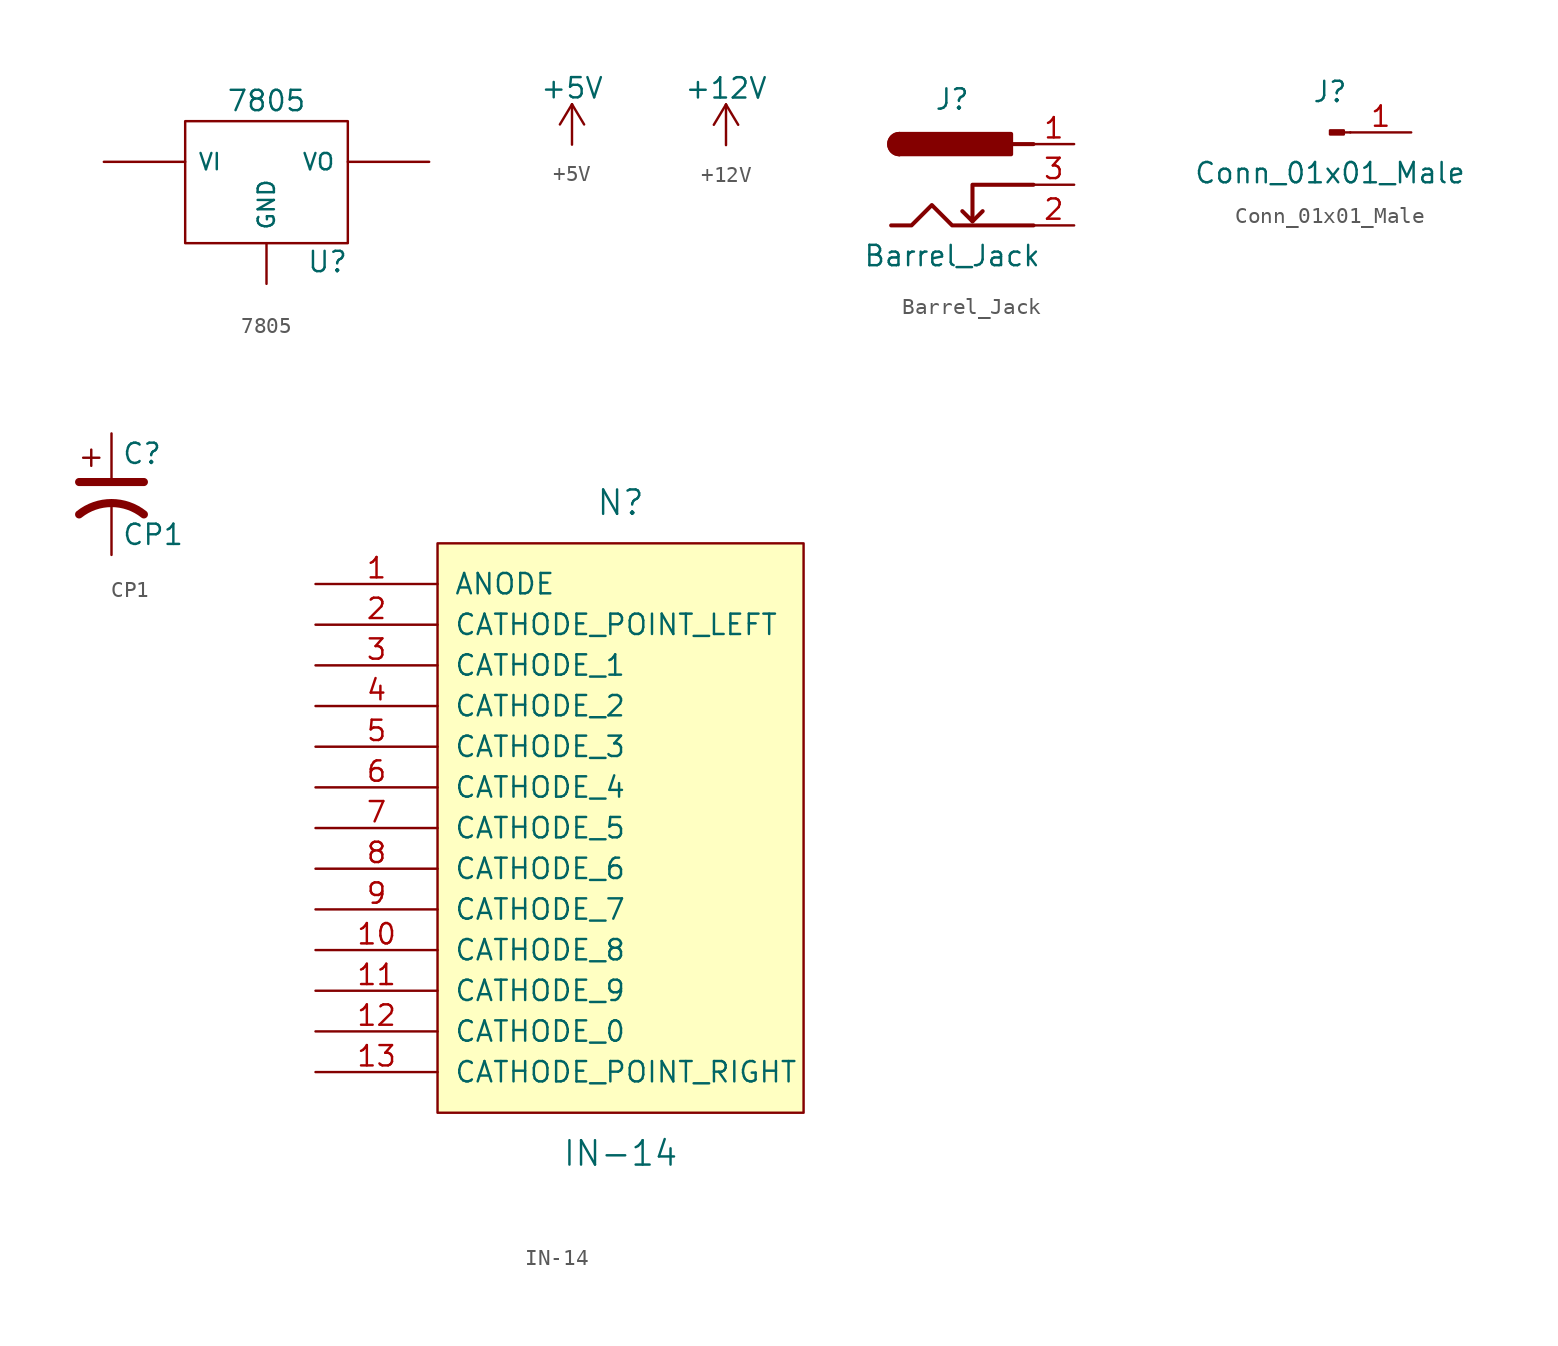
<source format=kicad_sym>
(kicad_symbol_lib
  (version 20220914)
  (generator kicad_symbol_editor)
  (symbol "7805"
    (pin_numbers hide)
    (pin_names
      (offset 0.762))
    (property "Reference" "U"
      (at 3.81 -4.978 0)
      (effects (font (size 1.27 1.27))))
    (property "Value" "7805"
      (at 0 5.08 0)
      (effects (font (size 1.27 1.27))))
    (symbol "7805_0_1"
      (rectangle (start -5.08 -3.81) (end 5.08 3.81) (stroke (width 0) (type solid)) (fill (type none))))
    (symbol "7805_1_1"
      (pin input line (at -10.16 1.27 0) (length 5.08) (name "VI" (effects (font (size 1.016 1.016)))) (number "1" (effects (font (size 1.016 1.016)))))
      (pin input line (at 0 -6.35 90) (length 2.54) (name "GND" (effects (font (size 1.016 1.016)))) (number "2" (effects (font (size 1.016 1.016)))))
      (pin power_out line (at 10.16 1.27 180) (length 5.08) (name "VO" (effects (font (size 1.016 1.016)))) (number "3" (effects (font (size 1.016 1.016)))))))
  (symbol "+5V"
    (power)
    (pin_names
      (offset 0))
    (property "Reference" "#PWR"
      (at 0 -3.81 0)
      (effects (font (size 1.27 1.27)) hide))
    (property "Value" "+5V"
      (at 0 3.556 0)
      (effects (font (size 1.27 1.27))))
    (symbol "+5V_0_1"
      (polyline (pts (xy -0.762 1.27) (xy 0 2.54)) (stroke (width 0) (type solid)) (fill (type none)))
      (polyline (pts (xy 0 0) (xy 0 2.54)) (stroke (width 0) (type solid)) (fill (type none)))
      (polyline (pts (xy 0 2.54) (xy 0.762 1.27)) (stroke (width 0) (type solid)) (fill (type none))))
    (symbol "+5V_1_1"
      (pin power_in line (at 0 0 90) (length 0) hide (name "+5V" (effects (font (size 1.27 1.27)))) (number "1" (effects (font (size 1.27 1.27)))))))
  (symbol "+12V"
    (power)
    (pin_names
      (offset 0))
    (property "Reference" "#PWR"
      (at 0 -3.81 0)
      (effects (font (size 1.27 1.27)) hide))
    (property "Value" "+12V"
      (at 0 3.556 0)
      (effects (font (size 1.27 1.27))))
    (symbol "+12V_0_1"
      (polyline (pts (xy -0.762 1.27) (xy 0 2.54)) (stroke (width 0) (type solid)) (fill (type none)))
      (polyline (pts (xy 0 0) (xy 0 2.54)) (stroke (width 0) (type solid)) (fill (type none)))
      (polyline (pts (xy 0 2.54) (xy 0.762 1.27)) (stroke (width 0) (type solid)) (fill (type none))))
    (symbol "+12V_1_1"
      (pin power_in line (at 0 0 90) (length 0) hide (name "+12V" (effects (font (size 1.27 1.27)))) (number "1" (effects (font (size 1.27 1.27)))))))
  (symbol "Barrel_Jack"
    (pin_names
      (offset 1.016))
    (property "Reference" "J"
      (at 0 5.334 0)
      (effects (font (size 1.27 1.27))))
    (property "Value" "Barrel_Jack"
      (at 0 -4.445 0)
      (effects (font (size 1.27 1.27))))
    (symbol "Barrel_Jack_0_1"
      (arc (start -3.302 3.175) (mid -3.9343 2.54) (end -3.302 1.905) (stroke (width 0.254) (type solid)) (fill (type none)))
      (arc (start -3.302 3.175) (mid -3.9343 2.54) (end -3.302 1.905) (stroke (width 0.254) (type solid)) (fill (type outline)))
      (polyline (pts (xy 1.27 -2.286) (xy 1.905 -1.651)) (stroke (width 0.254) (type solid)) (fill (type none)))
      (polyline (pts (xy 5.08 2.54) (xy 3.81 2.54)) (stroke (width 0.254) (type solid)) (fill (type none)))
      (polyline (pts (xy 5.08 0) (xy 1.27 0) (xy 1.27 -2.286) (xy 0.635 -1.651)) (stroke (width 0.254) (type solid)) (fill (type none)))
      (polyline (pts (xy -3.81 -2.54) (xy -2.54 -2.54) (xy -1.27 -1.27) (xy 0 -2.54) (xy 2.54 -2.54) (xy 5.08 -2.54)) (stroke (width 0.254) (type solid)) (fill (type none)))
      (rectangle (start 3.683 3.175) (end -3.302 1.905) (stroke (width 0.254) (type solid)) (fill (type outline))))
    (symbol "Barrel_Jack_1_1"
      (pin passive line (at 7.62 2.54 180) (length 2.54) (name "~" (effects (font (size 1.27 1.27)))) (number "1" (effects (font (size 1.27 1.27)))))
      (pin passive line (at 7.62 -2.54 180) (length 2.54) (name "~" (effects (font (size 1.27 1.27)))) (number "2" (effects (font (size 1.27 1.27)))))
      (pin passive line (at 7.62 0 180) (length 2.54) (name "~" (effects (font (size 1.27 1.27)))) (number "3" (effects (font (size 1.27 1.27)))))))
  (symbol "Conn_01x01_Male"
    (pin_names
      (offset 1.016) hide)
    (property "Reference" "J"
      (at 0 2.54 0)
      (effects (font (size 1.27 1.27))))
    (property "Value" "Conn_01x01_Male"
      (at 0 -2.54 0)
      (effects (font (size 1.27 1.27))))
    (symbol "Conn_01x01_Male_1_1"
      (polyline (pts (xy 1.27 0) (xy 0.864 0)) (stroke (width 0.152) (type solid)) (fill (type none)))
      (rectangle (start 0.864 0.127) (end 0 -0.127) (stroke (width 0.152) (type solid)) (fill (type outline)))
      (pin passive line (at 5.08 0 180) (length 3.81) (name "Pin_1" (effects (font (size 1.27 1.27)))) (number "1" (effects (font (size 1.27 1.27)))))))
  (symbol "CP1"
    (pin_numbers hide)
    (pin_names
      (offset 0.254) hide)
    (property "Reference" "C"
      (at 0.635 2.54 0)
      (effects (font (size 1.27 1.27)) (justify left)))
    (property "Value" "CP1"
      (at 0.635 -2.54 0)
      (effects (font (size 1.27 1.27)) (justify left)))
    (symbol "CP1_0_1"
      (polyline (pts (xy -2.032 0.762) (xy 2.032 0.762)) (stroke (width 0.508) (type solid)) (fill (type none)))
      (polyline (pts (xy -1.778 2.286) (xy -0.762 2.286)) (stroke (width 0) (type solid)) (fill (type none)))
      (polyline (pts (xy -1.27 1.778) (xy -1.27 2.794)) (stroke (width 0) (type solid)) (fill (type none)))
      (arc (start 2.032 -1.27) (mid 0 -0.5572) (end -2.032 -1.27) (stroke (width 0.508) (type solid)) (fill (type none))))
    (symbol "CP1_1_1"
      (pin passive line (at 0 3.81 270) (length 2.794) (name "~" (effects (font (size 1.27 1.27)))) (number "1" (effects (font (size 1.27 1.27)))))
      (pin passive line (at 0 -3.81 90) (length 3.302) (name "~" (effects (font (size 1.27 1.27)))) (number "2" (effects (font (size 1.27 1.27)))))))
  (symbol "IN-14"
    (pin_names
      (offset 1.016))
    (property "Reference" "N"
      (at 0 20.32 0)
      (effects (font (size 1.524 1.524))))
    (property "Value" "IN-14"
      (at 0 -20.32 0)
      (effects (font (size 1.524 1.524))))
    (property "Footprint" ""
      (at -8.89 1.27 0)
      (effects (font (size 1.524 1.524))))
    (property "Datasheet" ""
      (at -8.89 1.27 0)
      (effects (font (size 1.524 1.524))))
    (symbol "IN-14_0_1"
      (rectangle (start -11.43 17.78) (end 11.43 -17.78) (stroke (width 0) (type solid)) (fill (type background))))
    (symbol "IN-14_1_1"
      (pin input line (at -19.05 15.24 0) (length 7.62) (name "ANODE" (effects (font (size 1.27 1.27)))) (number "1" (effects (font (size 1.27 1.27)))))
      (pin input line (at -19.05 -7.62 0) (length 7.62) (name "CATHODE_8" (effects (font (size 1.27 1.27)))) (number "10" (effects (font (size 1.27 1.27)))))
      (pin input line (at -19.05 -10.16 0) (length 7.62) (name "CATHODE_9" (effects (font (size 1.27 1.27)))) (number "11" (effects (font (size 1.27 1.27)))))
      (pin input line (at -19.05 -12.7 0) (length 7.62) (name "CATHODE_0" (effects (font (size 1.27 1.27)))) (number "12" (effects (font (size 1.27 1.27)))))
      (pin input line (at -19.05 -15.24 0) (length 7.62) (name "CATHODE_POINT_RIGHT" (effects (font (size 1.27 1.27)))) (number "13" (effects (font (size 1.27 1.27)))))
      (pin input line (at -19.05 12.7 0) (length 7.62) (name "CATHODE_POINT_LEFT" (effects (font (size 1.27 1.27)))) (number "2" (effects (font (size 1.27 1.27)))))
      (pin input line (at -19.05 10.16 0) (length 7.62) (name "CATHODE_1" (effects (font (size 1.27 1.27)))) (number "3" (effects (font (size 1.27 1.27)))))
      (pin input line (at -19.05 7.62 0) (length 7.62) (name "CATHODE_2" (effects (font (size 1.27 1.27)))) (number "4" (effects (font (size 1.27 1.27)))))
      (pin input line (at -19.05 5.08 0) (length 7.62) (name "CATHODE_3" (effects (font (size 1.27 1.27)))) (number "5" (effects (font (size 1.27 1.27)))))
      (pin input line (at -19.05 2.54 0) (length 7.62) (name "CATHODE_4" (effects (font (size 1.27 1.27)))) (number "6" (effects (font (size 1.27 1.27)))))
      (pin input line (at -19.05 0 0) (length 7.62) (name "CATHODE_5" (effects (font (size 1.27 1.27)))) (number "7" (effects (font (size 1.27 1.27)))))
      (pin input line (at -19.05 -2.54 0) (length 7.62) (name "CATHODE_6" (effects (font (size 1.27 1.27)))) (number "8" (effects (font (size 1.27 1.27)))))
      (pin input line (at -19.05 -5.08 0) (length 7.62) (name "CATHODE_7" (effects (font (size 1.27 1.27)))) (number "9" (effects (font (size 1.27 1.27))))))))
</source>
